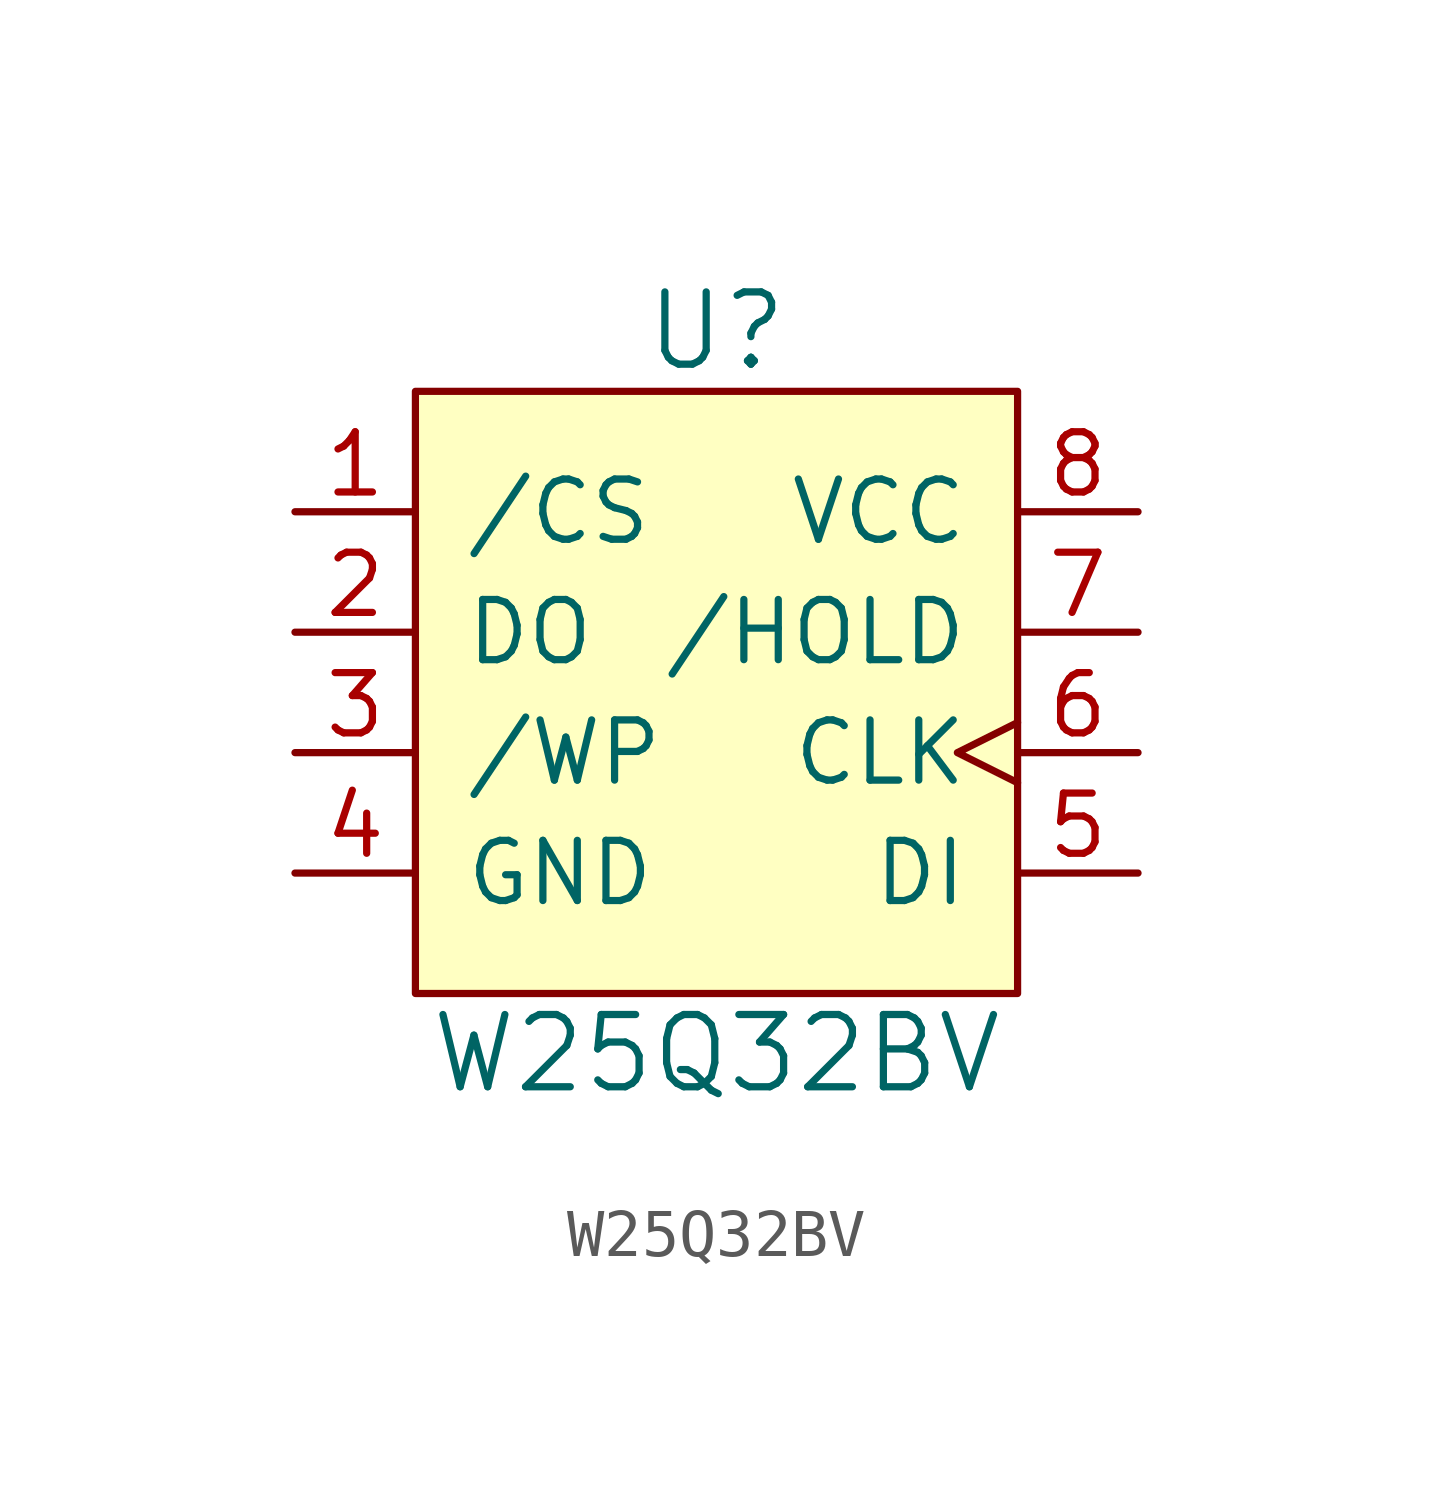
<source format=kicad_sym>
(kicad_symbol_lib
  (version 20211014)
  (generator kicad_symbol_editor)
  (symbol "W25Q32BV"
    (pin_names
      (offset 1.016))
    (property "Reference" "U"
      (at 0 7.62 0)
      (effects (font (size 1.524 1.524))))
    (property "Value" "W25Q32BV"
      (at 0 -7.62 0)
      (effects (font (size 1.524 1.524))))
    (symbol "W25Q32BV_0_1"
      (rectangle (start -6.35 6.35) (end 6.35 -6.35) (stroke (width 0) (type default) (color 0 0 0 0)) (fill (type background))))
    (symbol "W25Q32BV_1_1"
      (pin input line (at -8.89 3.81 0) (length 2.54) (name "/CS" (effects (font (size 1.27 1.27)))) (number "1" (effects (font (size 1.27 1.27)))))
      (pin output line (at -8.89 1.27 0) (length 2.54) (name "DO" (effects (font (size 1.27 1.27)))) (number "2" (effects (font (size 1.27 1.27)))))
      (pin input line (at -8.89 -1.27 0) (length 2.54) (name "/WP" (effects (font (size 1.27 1.27)))) (number "3" (effects (font (size 1.27 1.27)))))
      (pin power_in line (at -8.89 -3.81 0) (length 2.54) (name "GND" (effects (font (size 1.27 1.27)))) (number "4" (effects (font (size 1.27 1.27)))))
      (pin input line (at 8.89 -3.81 180) (length 2.54) (name "DI" (effects (font (size 1.27 1.27)))) (number "5" (effects (font (size 1.27 1.27)))))
      (pin input clock (at 8.89 -1.27 180) (length 2.54) (name "CLK" (effects (font (size 1.27 1.27)))) (number "6" (effects (font (size 1.27 1.27)))))
      (pin input line (at 8.89 1.27 180) (length 2.54) (name "/HOLD" (effects (font (size 1.27 1.27)))) (number "7" (effects (font (size 1.27 1.27)))))
      (pin power_in line (at 8.89 3.81 180) (length 2.54) (name "VCC" (effects (font (size 1.27 1.27)))) (number "8" (effects (font (size 1.27 1.27))))))))
</source>
